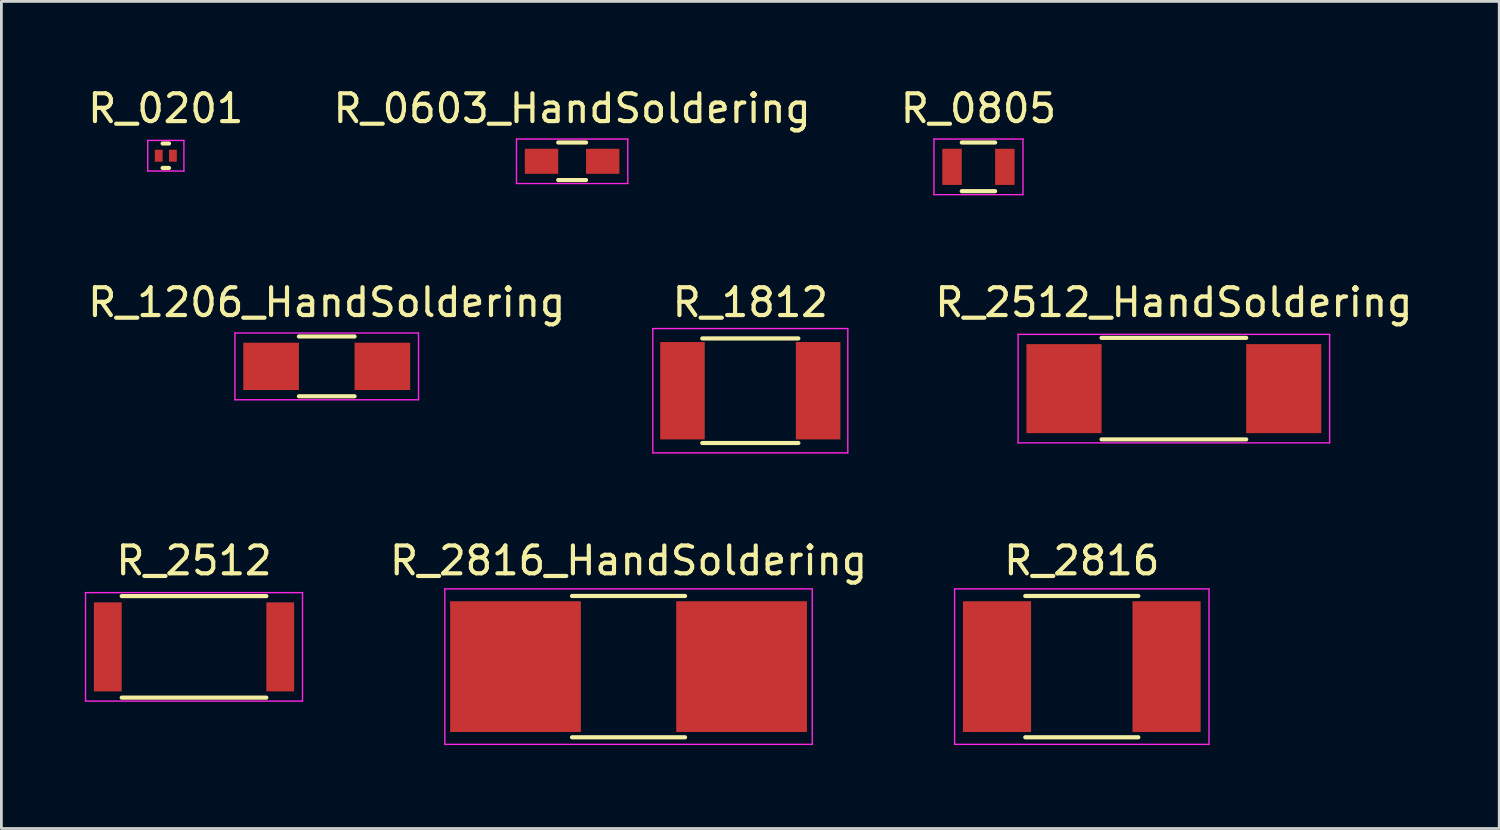
<source format=kicad_pcb>
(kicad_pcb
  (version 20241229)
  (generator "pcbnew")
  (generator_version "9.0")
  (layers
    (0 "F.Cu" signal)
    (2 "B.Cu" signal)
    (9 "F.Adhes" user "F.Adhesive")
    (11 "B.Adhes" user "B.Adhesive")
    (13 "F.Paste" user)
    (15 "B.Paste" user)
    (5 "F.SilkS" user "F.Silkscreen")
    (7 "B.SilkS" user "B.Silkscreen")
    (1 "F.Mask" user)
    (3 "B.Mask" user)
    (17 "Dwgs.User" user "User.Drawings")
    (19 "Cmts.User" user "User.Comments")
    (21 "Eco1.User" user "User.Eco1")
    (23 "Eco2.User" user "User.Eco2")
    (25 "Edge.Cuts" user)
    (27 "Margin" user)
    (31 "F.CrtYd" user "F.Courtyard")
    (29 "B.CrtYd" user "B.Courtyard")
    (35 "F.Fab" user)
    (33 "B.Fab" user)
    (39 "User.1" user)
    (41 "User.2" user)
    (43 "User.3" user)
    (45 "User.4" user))
  (footprint "R_1206_HandSoldering"
    (layer "F.Cu")
    (at 8.696 10.121)
    (property "Reference" "R_1206_HandSoldering" (at 0 -2.3 0) (layer "F.SilkS") (effects (font (size 1 1) (thickness 0.15))))
    (attr smd)
    (fp_line (start -1 -1.075) (end 1 -1.075) (stroke (width 0.15) (type solid)) (layer "F.SilkS"))
    (fp_line (start 1 1.075) (end -1 1.075) (stroke (width 0.15) (type solid)) (layer "F.SilkS"))
    (fp_line (start -3.3 -1.2) (end -3.3 1.2) (stroke (width 0.05) (type solid)) (layer "F.CrtYd"))
    (fp_line (start -3.3 -1.2) (end 3.3 -1.2) (stroke (width 0.05) (type solid)) (layer "F.CrtYd"))
    (fp_line (start -3.3 1.2) (end 3.3 1.2) (stroke (width 0.05) (type solid)) (layer "F.CrtYd"))
    (fp_line (start 3.3 -1.2) (end 3.3 1.2) (stroke (width 0.05) (type solid)) (layer "F.CrtYd"))
    (pad "1" smd rect (at -2 0) (size 2 1.7) (layers "F.Cu" "F.Mask" "F.Paste"))
    (pad "2" smd rect (at 2 0) (size 2 1.7) (layers "F.Cu" "F.Mask" "F.Paste")))
  (footprint "R_1812"
    (layer "F.Cu")
    (at 23.923 10.996)
    (property "Reference" "R_1812" (at 0 -3.175 0) (layer "F.SilkS") (effects (font (size 1 1) (thickness 0.15))))
    (attr smd)
    (fp_line (start -1.727 -1.88) (end 1.727 -1.88) (stroke (width 0.15) (type solid)) (layer "F.SilkS"))
    (fp_line (start -1.727 1.88) (end 1.727 1.88) (stroke (width 0.15) (type solid)) (layer "F.SilkS"))
    (fp_line (start -3.505 -2.235) (end 3.505 -2.235) (stroke (width 0.05) (type solid)) (layer "F.CrtYd"))
    (fp_line (start -3.505 2.235) (end -3.505 -2.235) (stroke (width 0.05) (type solid)) (layer "F.CrtYd"))
    (fp_line (start 3.505 -2.235) (end 3.505 2.235) (stroke (width 0.05) (type solid)) (layer "F.CrtYd"))
    (fp_line (start 3.505 2.235) (end -3.505 2.235) (stroke (width 0.05) (type solid)) (layer "F.CrtYd"))
    (pad "1" smd rect (at -2.438 0) (size 1.6 3.5) (layers "F.Cu" "F.Mask" "F.Paste"))
    (pad "2" smd rect (at 2.438 0) (size 1.6 3.5) (layers "F.Cu" "F.Mask" "F.Paste")))
  (footprint "R_2512"
    (layer "F.Cu")
    (at 3.925 20.205)
    (property "Reference" "R_2512" (at 0 -3.1 0) (layer "F.SilkS") (effects (font (size 1 1) (thickness 0.15))))
    (attr smd)
    (fp_line (start -2.6 -1.825) (end 2.6 -1.825) (stroke (width 0.15) (type solid)) (layer "F.SilkS"))
    (fp_line (start 2.6 1.825) (end -2.6 1.825) (stroke (width 0.15) (type solid)) (layer "F.SilkS"))
    (fp_line (start -3.9 -1.95) (end -3.9 1.95) (stroke (width 0.05) (type solid)) (layer "F.CrtYd"))
    (fp_line (start -3.9 -1.95) (end 3.9 -1.95) (stroke (width 0.05) (type solid)) (layer "F.CrtYd"))
    (fp_line (start -3.9 1.95) (end 3.9 1.95) (stroke (width 0.05) (type solid)) (layer "F.CrtYd"))
    (fp_line (start 3.9 -1.95) (end 3.9 1.95) (stroke (width 0.05) (type solid)) (layer "F.CrtYd"))
    (pad "1" smd rect (at -3.1 0) (size 1 3.2) (layers "F.Cu" "F.Mask" "F.Paste"))
    (pad "2" smd rect (at 3.1 0) (size 1 3.2) (layers "F.Cu" "F.Mask" "F.Paste")))
  (footprint "R_0201"
    (layer "F.Cu")
    (at 2.911 2.548)
    (property "Reference" "R_0201" (at 0 -1.7 0) (layer "F.SilkS") (effects (font (size 1 1) (thickness 0.15))))
    (attr smd)
    (fp_line (start -0.115 0.44) (end 0.115 0.44) (stroke (width 0.15) (type solid)) (layer "F.SilkS"))
    (fp_line (start 0.115 -0.44) (end -0.115 -0.44) (stroke (width 0.15) (type solid)) (layer "F.SilkS"))
    (fp_line (start -0.65 -0.55) (end -0.65 0.55) (stroke (width 0.05) (type solid)) (layer "F.CrtYd"))
    (fp_line (start -0.65 -0.55) (end 0.65 -0.55) (stroke (width 0.05) (type solid)) (layer "F.CrtYd"))
    (fp_line (start -0.65 0.55) (end 0.65 0.55) (stroke (width 0.05) (type solid)) (layer "F.CrtYd"))
    (fp_line (start 0.65 -0.55) (end 0.65 0.55) (stroke (width 0.05) (type solid)) (layer "F.CrtYd"))
    (pad "1" smd rect (at -0.255 0) (size 0.28 0.43) (layers "F.Cu" "F.Mask" "F.Paste"))
    (pad "2" smd rect (at 0.255 0) (size 0.28 0.43) (layers "F.Cu" "F.Mask" "F.Paste")))
  (footprint "R_2816_HandSoldering"
    (layer "F.Cu")
    (at 19.546 20.915)
    (property "Reference" "R_2816_HandSoldering" (at 0 -3.81 0) (layer "F.SilkS") (effects (font (size 1 1) (thickness 0.15))))
    (attr smd)
    (fp_line (start -2.032 -2.54) (end 2.032 -2.54) (stroke (width 0.15) (type solid)) (layer "F.SilkS"))
    (fp_line (start -2.032 2.54) (end 2.032 2.54) (stroke (width 0.15) (type solid)) (layer "F.SilkS"))
    (fp_line (start -6.604 -2.794) (end 6.604 -2.794) (stroke (width 0.05) (type solid)) (layer "F.CrtYd"))
    (fp_line (start -6.604 2.794) (end -6.604 -2.794) (stroke (width 0.05) (type solid)) (layer "F.CrtYd"))
    (fp_line (start 6.604 -2.794) (end 6.604 2.794) (stroke (width 0.05) (type solid)) (layer "F.CrtYd"))
    (fp_line (start 6.604 2.794) (end -6.604 2.794) (stroke (width 0.05) (type solid)) (layer "F.CrtYd"))
    (pad "1" smd rect (at -4.064 0) (size 4.7 4.7) (layers "F.Cu" "F.Mask" "F.Paste"))
    (pad "2" smd rect (at 4.064 0) (size 4.7 4.7) (layers "F.Cu" "F.Mask" "F.Paste")))
  (footprint "R_0603_HandSoldering"
    (layer "F.Cu")
    (at 17.518 2.748)
    (property "Reference" "R_0603_HandSoldering" (at 0 -1.9 0) (layer "F.SilkS") (effects (font (size 1 1) (thickness 0.15))))
    (attr smd)
    (fp_line (start -0.5 -0.675) (end 0.5 -0.675) (stroke (width 0.15) (type solid)) (layer "F.SilkS"))
    (fp_line (start 0.5 0.675) (end -0.5 0.675) (stroke (width 0.15) (type solid)) (layer "F.SilkS"))
    (fp_line (start -2 -0.8) (end -2 0.8) (stroke (width 0.05) (type solid)) (layer "F.CrtYd"))
    (fp_line (start -2 -0.8) (end 2 -0.8) (stroke (width 0.05) (type solid)) (layer "F.CrtYd"))
    (fp_line (start -2 0.8) (end 2 0.8) (stroke (width 0.05) (type solid)) (layer "F.CrtYd"))
    (fp_line (start 2 -0.8) (end 2 0.8) (stroke (width 0.05) (type solid)) (layer "F.CrtYd"))
    (pad "1" smd rect (at -1.1 0) (size 1.2 0.9) (layers "F.Cu" "F.Mask" "F.Paste"))
    (pad "2" smd rect (at 1.1 0) (size 1.2 0.9) (layers "F.Cu" "F.Mask" "F.Paste")))
  (footprint "R_0805"
    (layer "F.Cu")
    (at 32.125 2.948)
    (property "Reference" "R_0805" (at 0 -2.1 0) (layer "F.SilkS") (effects (font (size 1 1) (thickness 0.15))))
    (attr smd)
    (fp_line (start -0.6 -0.875) (end 0.6 -0.875) (stroke (width 0.15) (type solid)) (layer "F.SilkS"))
    (fp_line (start 0.6 0.875) (end -0.6 0.875) (stroke (width 0.15) (type solid)) (layer "F.SilkS"))
    (fp_line (start -1.6 -1) (end -1.6 1) (stroke (width 0.05) (type solid)) (layer "F.CrtYd"))
    (fp_line (start -1.6 -1) (end 1.6 -1) (stroke (width 0.05) (type solid)) (layer "F.CrtYd"))
    (fp_line (start -1.6 1) (end 1.6 1) (stroke (width 0.05) (type solid)) (layer "F.CrtYd"))
    (fp_line (start 1.6 -1) (end 1.6 1) (stroke (width 0.05) (type solid)) (layer "F.CrtYd"))
    (pad "1" smd rect (at -0.95 0) (size 0.7 1.3) (layers "F.Cu" "F.Mask" "F.Paste"))
    (pad "2" smd rect (at 0.95 0) (size 0.7 1.3) (layers "F.Cu" "F.Mask" "F.Paste")))
  (footprint "R_2816"
    (layer "F.Cu")
    (at 35.84 20.915)
    (property "Reference" "R_2816" (at 0 -3.81 0) (layer "F.SilkS") (effects (font (size 1 1) (thickness 0.15))))
    (attr smd)
    (fp_line (start -2.032 -2.54) (end 2.032 -2.54) (stroke (width 0.15) (type solid)) (layer "F.SilkS"))
    (fp_line (start -2.032 2.54) (end 2.032 2.54) (stroke (width 0.15) (type solid)) (layer "F.SilkS"))
    (fp_line (start -4.572 -2.794) (end 4.572 -2.794) (stroke (width 0.05) (type solid)) (layer "F.CrtYd"))
    (fp_line (start -4.572 2.794) (end -4.572 -2.794) (stroke (width 0.05) (type solid)) (layer "F.CrtYd"))
    (fp_line (start 4.572 -2.794) (end 4.572 2.794) (stroke (width 0.05) (type solid)) (layer "F.CrtYd"))
    (fp_line (start 4.572 2.794) (end -4.572 2.794) (stroke (width 0.05) (type solid)) (layer "F.CrtYd"))
    (pad "1" smd rect (at -3.048 0) (size 2.45 4.7) (layers "F.Cu" "F.Mask" "F.Paste"))
    (pad "2" smd rect (at 3.048 0) (size 2.45 4.7) (layers "F.Cu" "F.Mask" "F.Paste")))
  (footprint "R_2512_HandSoldering"
    (layer "F.Cu")
    (at 39.15 10.921)
    (property "Reference" "R_2512_HandSoldering" (at 0 -3.1 0) (layer "F.SilkS") (effects (font (size 1 1) (thickness 0.15))))
    (attr smd)
    (fp_line (start -2.6 -1.825) (end 2.6 -1.825) (stroke (width 0.15) (type solid)) (layer "F.SilkS"))
    (fp_line (start 2.6 1.825) (end -2.6 1.825) (stroke (width 0.15) (type solid)) (layer "F.SilkS"))
    (fp_line (start -5.6 -1.95) (end -5.6 1.95) (stroke (width 0.05) (type solid)) (layer "F.CrtYd"))
    (fp_line (start -5.6 -1.95) (end 5.6 -1.95) (stroke (width 0.05) (type solid)) (layer "F.CrtYd"))
    (fp_line (start -5.6 1.95) (end 5.6 1.95) (stroke (width 0.05) (type solid)) (layer "F.CrtYd"))
    (fp_line (start 5.6 -1.95) (end 5.6 1.95) (stroke (width 0.05) (type solid)) (layer "F.CrtYd"))
    (pad "1" smd rect (at -3.95 0) (size 2.7 3.2) (layers "F.Cu" "F.Mask" "F.Paste"))
    (pad "2" smd rect (at 3.95 0) (size 2.7 3.2) (layers "F.Cu" "F.Mask" "F.Paste")))
  (gr_rect
    (start -3 -3)
    (end 50.846 26.734)
    (stroke (width 0.1) (type default))
    (fill no)
    (layer "Edge.Cuts")))
</source>
